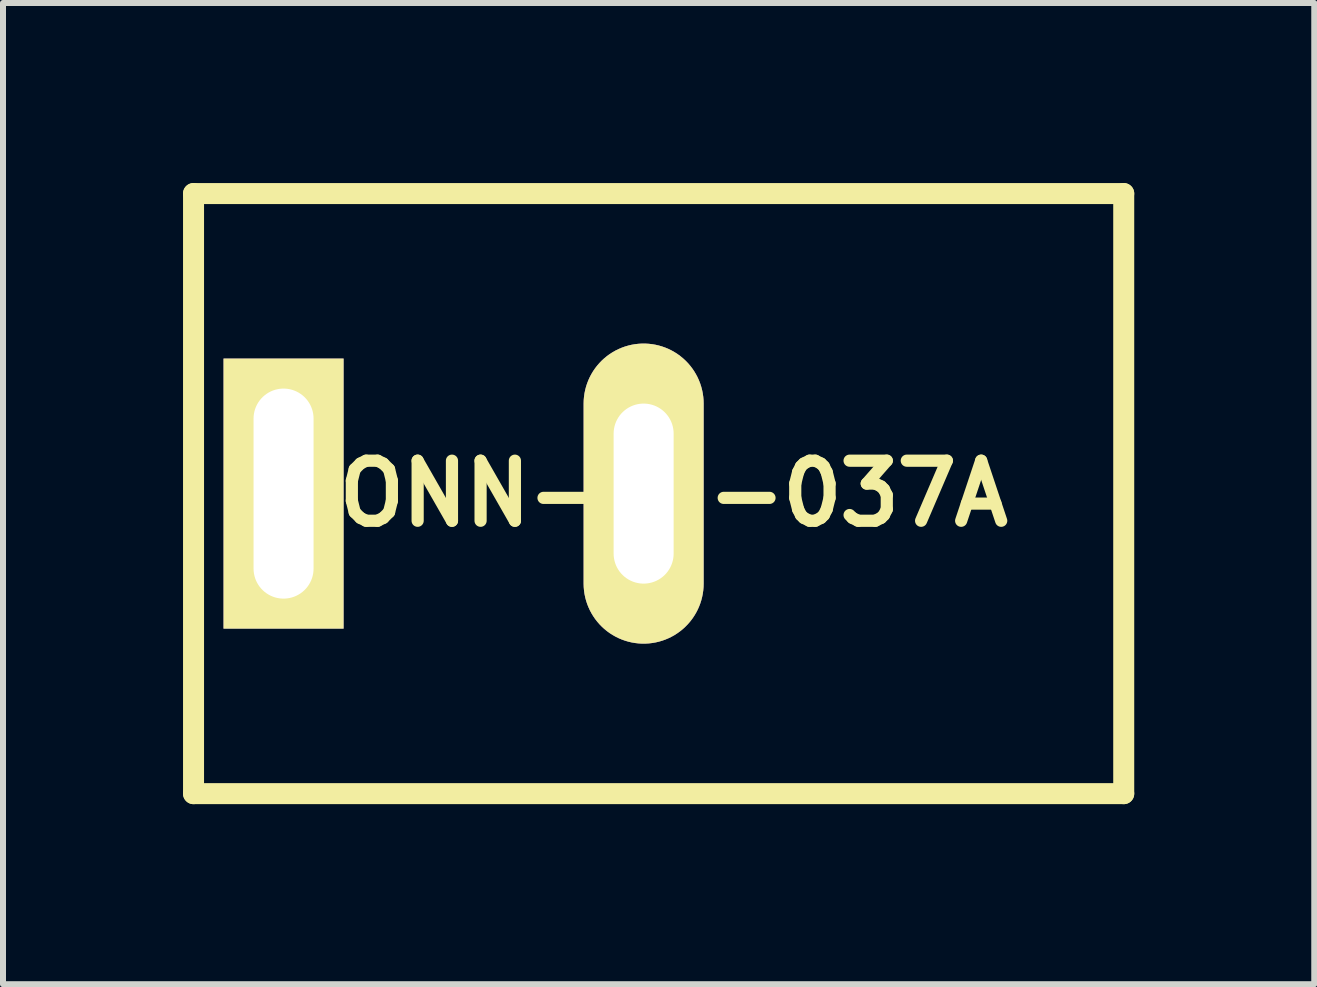
<source format=kicad_pcb>
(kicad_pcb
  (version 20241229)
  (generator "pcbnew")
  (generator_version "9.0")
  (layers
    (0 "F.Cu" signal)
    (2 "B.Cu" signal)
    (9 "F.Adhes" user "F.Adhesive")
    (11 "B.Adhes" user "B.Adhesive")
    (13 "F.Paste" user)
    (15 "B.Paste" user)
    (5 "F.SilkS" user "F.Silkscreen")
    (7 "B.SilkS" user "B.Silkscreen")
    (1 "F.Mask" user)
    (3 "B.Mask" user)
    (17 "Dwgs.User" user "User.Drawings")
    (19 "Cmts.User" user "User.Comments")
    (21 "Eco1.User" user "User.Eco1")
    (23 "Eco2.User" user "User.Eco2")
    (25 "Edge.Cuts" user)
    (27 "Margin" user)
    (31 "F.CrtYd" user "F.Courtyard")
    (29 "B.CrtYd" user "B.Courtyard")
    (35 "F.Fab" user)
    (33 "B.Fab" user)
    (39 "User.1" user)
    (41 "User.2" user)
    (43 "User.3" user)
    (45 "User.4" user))
  (footprint "CONN-PJ-037A"
    (layer "F.Cu")
    (at 7.675 5.175)
    (property "Reference" "CONN-PJ-037A" (at 0 0 0) (layer "F.SilkS") (effects (font (size 1.001 1.001) (thickness 0.203))))
    (attr through_hole)
    (fp_line (start -7.5 -5) (end -7.5 5) (stroke (width 0.35) (type solid)) (layer "F.SilkS"))
    (fp_line (start -7.5 5) (end 8 5) (stroke (width 0.35) (type solid)) (layer "F.SilkS"))
    (fp_line (start 8 -5) (end -7.5 -5) (stroke (width 0.35) (type solid)) (layer "F.SilkS"))
    (fp_line (start 8 5) (end 8 -5) (stroke (width 0.35) (type solid)) (layer "F.SilkS"))
    (pad "1" thru_hole rect (at -6 0) (size 2 4.5) (drill oval 1 3.5) (layers "*.Cu" "*.Mask" "F.SilkS"))
    (pad "2" thru_hole oval (at 0 0) (size 2 5) (drill oval 1 3) (layers "*.Cu" "*.Mask" "F.SilkS")))
  (gr_rect
    (start -3 -3)
    (end 18.85 13.35)
    (stroke (width 0.1) (type default))
    (fill no)
    (layer "Edge.Cuts")))
</source>
